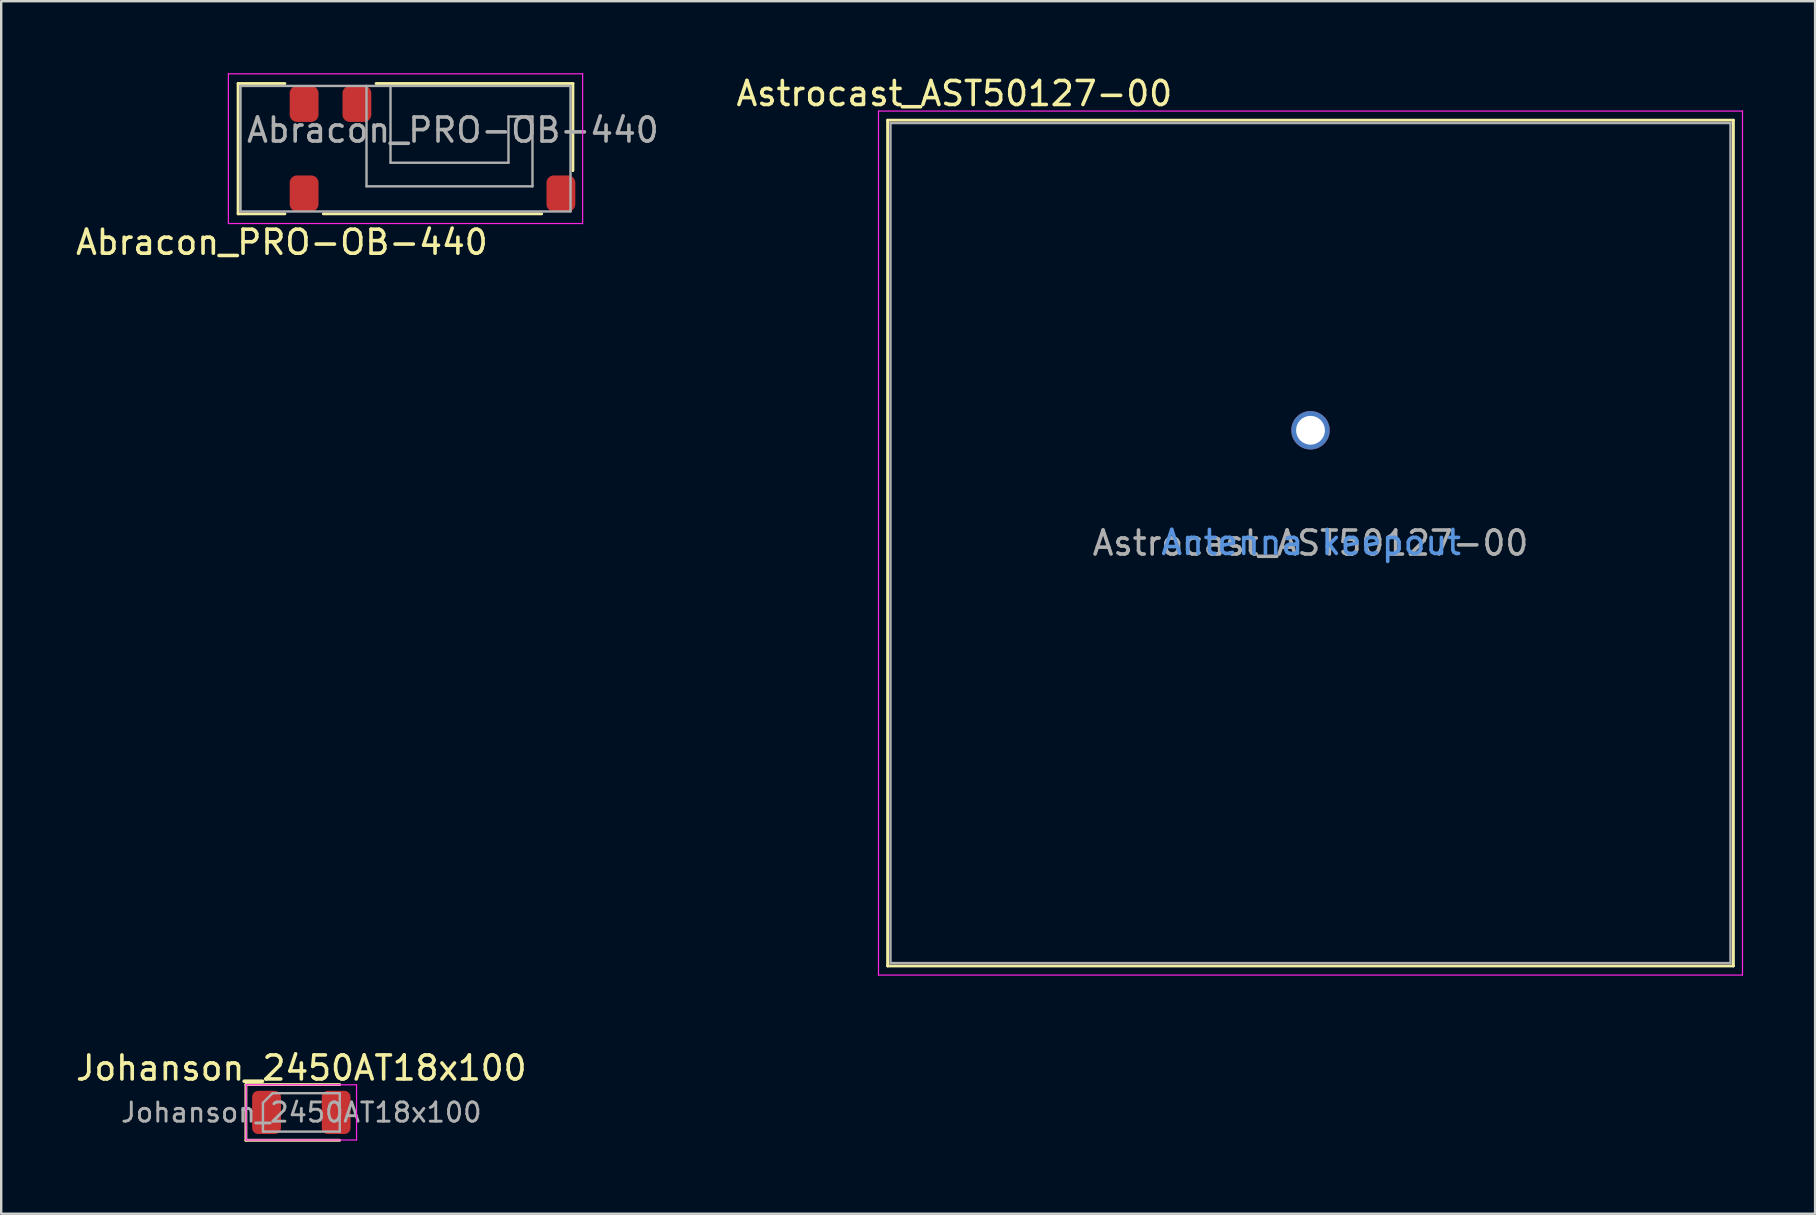
<source format=kicad_pcb>
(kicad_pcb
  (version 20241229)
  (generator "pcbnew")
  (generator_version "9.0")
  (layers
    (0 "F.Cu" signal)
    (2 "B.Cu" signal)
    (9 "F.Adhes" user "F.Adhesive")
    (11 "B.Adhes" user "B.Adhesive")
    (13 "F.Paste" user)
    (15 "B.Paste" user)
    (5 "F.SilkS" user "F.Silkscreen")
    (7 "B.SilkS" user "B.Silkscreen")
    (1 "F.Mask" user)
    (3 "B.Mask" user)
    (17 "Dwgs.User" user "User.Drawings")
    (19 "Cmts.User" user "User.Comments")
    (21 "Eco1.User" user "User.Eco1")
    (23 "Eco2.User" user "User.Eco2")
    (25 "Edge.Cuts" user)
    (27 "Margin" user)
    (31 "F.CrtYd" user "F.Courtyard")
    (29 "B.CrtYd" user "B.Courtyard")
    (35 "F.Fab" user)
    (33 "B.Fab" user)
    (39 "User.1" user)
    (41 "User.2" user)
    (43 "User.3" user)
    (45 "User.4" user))
  (footprint "Johanson_2450AT18x100"
    (layer "F.Cu")
    (at 9.506 43.301)
    (property "Reference" "Johanson_2450AT18x100" (at 0 -1.85 0) (layer "F.SilkS") (effects (font (size 1 1) (thickness 0.15))))
    (attr smd)
    (fp_line (start -2.31 -1.16) (end -2.31 1.16) (stroke (width 0.12) (type solid)) (layer "F.SilkS"))
    (fp_line (start -2.31 1.16) (end 1.6 1.16) (stroke (width 0.12) (type solid)) (layer "F.SilkS"))
    (fp_line (start 1.6 -1.16) (end -2.31 -1.16) (stroke (width 0.12) (type solid)) (layer "F.SilkS"))
    (fp_line (start -2.3 -1.15) (end 2.3 -1.15) (stroke (width 0.05) (type solid)) (layer "F.CrtYd"))
    (fp_line (start -2.3 1.15) (end -2.3 -1.15) (stroke (width 0.05) (type solid)) (layer "F.CrtYd"))
    (fp_line (start 2.3 -1.15) (end 2.3 1.15) (stroke (width 0.05) (type solid)) (layer "F.CrtYd"))
    (fp_line (start 2.3 1.15) (end -2.3 1.15) (stroke (width 0.05) (type solid)) (layer "F.CrtYd"))
    (fp_line (start -1.6 -0.4) (end -1.6 0.8) (stroke (width 0.1) (type solid)) (layer "F.Fab"))
    (fp_line (start -1.6 0.8) (end 1.6 0.8) (stroke (width 0.1) (type solid)) (layer "F.Fab"))
    (fp_line (start -1.2 -0.8) (end -1.6 -0.4) (stroke (width 0.1) (type solid)) (layer "F.Fab"))
    (fp_line (start 1.6 -0.8) (end -1.2 -0.8) (stroke (width 0.1) (type solid)) (layer "F.Fab"))
    (fp_line (start 1.6 0.8) (end 1.6 -0.8) (stroke (width 0.1) (type solid)) (layer "F.Fab"))
    (fp_text user "${REFERENCE}" (at 0 0 0) (layer "F.Fab") (effects (font (size 0.8 0.8) (thickness 0.12))))
    (pad "1" smd roundrect (at -1.45 0) (size 1.2 1.8) (layers "F.Cu" "F.Mask" "F.Paste") (roundrect_rratio 0.208))
    (pad "2" smd roundrect (at 1.45 0) (size 1.2 1.8) (layers "F.Cu" "F.Mask" "F.Paste") (roundrect_rratio 0.208)))
  (footprint "Astrocast_AST50127-00"
    (layer "F.Cu")
    (at 51.554 14.878)
    (property "Reference" "Astrocast_AST50127-00" (at -14.84 -14.03 0) (unlocked yes) (layer "F.SilkS") (effects (font (size 1 1) (thickness 0.15))))
    (attr through_hole)
    (fp_poly (pts (xy 17.49 -0.05) (xy 17.5 22.19) (xy -17.5 22.2) (xy -17.49 -0.01) (xy -1.46 0.01) (xy -1.43 0.23) (xy -1.39 0.41) (xy -1.31 0.6) (xy -1.2 0.8) (xy -1.03 1.03) (xy -0.78 1.22) (xy -0.48 1.37) (xy -0.17 1.44) (xy 0.23 1.44) (xy 0.66 1.3) (xy 1.02 1.03) (xy 1.19 0.82) (xy 1.33 0.58) (xy 1.42 0.33) (xy 1.44 0.17) (xy 1.46 -0.01) (xy 17.51 -0.01)) (stroke (width 0.2) (type solid)) (fill yes) (layer "F.Mask"))
    (fp_poly (pts (xy 17.51 -0.01) (xy 1.46 -0.01) (xy 1.44 -0.14) (xy 1.43 -0.27) (xy 1.39 -0.42) (xy 1.36 -0.52) (xy 1.28 -0.68) (xy 1.18 -0.84) (xy 1.02 -1.04) (xy 0.86 -1.18) (xy 0.59 -1.34) (xy 0.2 -1.45) (xy -0.14 -1.46) (xy -0.46 -1.38) (xy -0.66 -1.3) (xy -0.97 -1.1) (xy -1.15 -0.91) (xy -1.29 -0.7) (xy -1.39 -0.46) (xy -1.45 -0.23) (xy -1.46 -0.01) (xy -1.46 0.01) (xy -17.49 -0.01) (xy -17.51 -12.81) (xy 17.51 -12.8)) (stroke (width 0.2) (type solid)) (fill yes) (layer "F.Mask"))
    (fp_line (start -17.62 -12.92) (end 17.62 -12.92) (stroke (width 0.12) (type solid)) (layer "F.SilkS"))
    (fp_line (start -17.62 22.32) (end -17.62 -12.92) (stroke (width 0.12) (type solid)) (layer "F.SilkS"))
    (fp_line (start 17.62 -12.92) (end 17.62 22.32) (stroke (width 0.12) (type solid)) (layer "F.SilkS"))
    (fp_line (start 17.62 22.32) (end -17.62 22.32) (stroke (width 0.12) (type solid)) (layer "F.SilkS"))
    (fp_line (start -18 -13.3) (end 18 -13.3) (stroke (width 0.05) (type solid)) (layer "F.CrtYd"))
    (fp_line (start -18 22.7) (end -18 -13.3) (stroke (width 0.05) (type solid)) (layer "F.CrtYd"))
    (fp_line (start 18 -13.3) (end 18 22.7) (stroke (width 0.05) (type solid)) (layer "F.CrtYd"))
    (fp_line (start 18 22.7) (end -18 22.7) (stroke (width 0.05) (type solid)) (layer "F.CrtYd"))
    (fp_line (start -17.5 -12.8) (end 17.5 -12.8) (stroke (width 0.1) (type solid)) (layer "F.Fab"))
    (fp_line (start -17.5 22.2) (end -17.5 -12.8) (stroke (width 0.1) (type solid)) (layer "F.Fab"))
    (fp_line (start 17.5 -12.8) (end 17.5 22.2) (stroke (width 0.1) (type solid)) (layer "F.Fab"))
    (fp_line (start 17.5 22.2) (end -17.5 22.2) (stroke (width 0.1) (type solid)) (layer "F.Fab"))
    (fp_text user "Antenna keepout" (at -6.31 5.26 0) (unlocked yes) (layer "Cmts.User") (effects (font (size 1 1) (thickness 0.15)) (justify left bottom)))
    (fp_text user "${REFERENCE}" (at 0 4.7 0) (layer "F.Fab") (effects (font (size 1 1) (thickness 0.15))))
    (pad "1" thru_hole circle (at 0 0) (size 1.6 1.6) (drill 1.2) (layers "*.Cu" "*.Mask"))
    (zone (net_name "") (layer "F.Cu") (name "Antenna Keepout") (hatch full 0.5) (connect_pads) (min_thickness 0.25) (filled_areas_thickness no) (keepout (tracks not_allowed) (vias allowed) (pads not_allowed) (copperpour allowed) (footprints not_allowed)) (placement (enabled no)) (fill) (polygon (pts (xy 34.054 2.078) (xy 34.054 37.078) (xy 69.054 37.078) (xy 69.054 2.078)))))
  (footprint "Abracon_PRO-OB-440"
    (layer "F.Cu")
    (at 13.846 3.145)
    (property "Reference" "Abracon_PRO-OB-440" (at -5.15 3.9 0) (layer "F.SilkS") (effects (font (size 1 1) (thickness 0.15))))
    (attr smd)
    (fp_line (start -6.975 -2.715) (end -6.975 2.715) (stroke (width 0.12) (type solid)) (layer "F.SilkS"))
    (fp_line (start -6.975 2.715) (end -5.025 2.715) (stroke (width 0.12) (type solid)) (layer "F.SilkS"))
    (fp_line (start -5.025 -2.715) (end -6.975 -2.715) (stroke (width 0.12) (type solid)) (layer "F.SilkS"))
    (fp_line (start -3.425 2.715) (end 5.675 2.715) (stroke (width 0.12) (type solid)) (layer "F.SilkS"))
    (fp_line (start -1.225 -2.715) (end 6.975 -2.715) (stroke (width 0.12) (type solid)) (layer "F.SilkS"))
    (fp_line (start 6.975 -2.715) (end 6.975 0.915) (stroke (width 0.12) (type solid)) (layer "F.SilkS"))
    (fp_line (start -7.38 -3.12) (end 7.38 -3.12) (stroke (width 0.05) (type solid)) (layer "F.CrtYd"))
    (fp_line (start -7.38 3.12) (end -7.38 -3.12) (stroke (width 0.05) (type solid)) (layer "F.CrtYd"))
    (fp_line (start 7.38 -3.12) (end 7.38 3.12) (stroke (width 0.05) (type solid)) (layer "F.CrtYd"))
    (fp_line (start 7.38 3.12) (end -7.38 3.12) (stroke (width 0.05) (type solid)) (layer "F.CrtYd"))
    (fp_line (start -6.875 -2.615) (end 6.875 -2.615) (stroke (width 0.1) (type solid)) (layer "F.Fab"))
    (fp_line (start -6.875 2.615) (end -6.875 -2.615) (stroke (width 0.1) (type solid)) (layer "F.Fab"))
    (fp_line (start -1.625 1.569) (end -1.625 -2.615) (stroke (width 0.1) (type solid)) (layer "F.Fab"))
    (fp_line (start -0.625 -2.615) (end -0.625 0.585) (stroke (width 0.1) (type solid)) (layer "F.Fab"))
    (fp_line (start -0.625 0.585) (end 4.29 0.585) (stroke (width 0.1) (type solid)) (layer "F.Fab"))
    (fp_line (start 4.29 -1.34) (end 5.29 -1.34) (stroke (width 0.1) (type solid)) (layer "F.Fab"))
    (fp_line (start 4.29 0.585) (end 4.29 -1.34) (stroke (width 0.1) (type solid)) (layer "F.Fab"))
    (fp_line (start 5.29 -1.34) (end 5.29 1.569) (stroke (width 0.1) (type solid)) (layer "F.Fab"))
    (fp_line (start 5.29 1.569) (end -1.625 1.569) (stroke (width 0.1) (type solid)) (layer "F.Fab"))
    (fp_line (start 6.875 -2.615) (end 6.875 2.615) (stroke (width 0.1) (type solid)) (layer "F.Fab"))
    (fp_line (start 6.875 2.615) (end -6.875 2.615) (stroke (width 0.1) (type solid)) (layer "F.Fab"))
    (fp_text user "${REFERENCE}" (at 1.975 -0.775 0) (layer "F.Fab") (effects (font (size 1 1) (thickness 0.15))))
    (pad "1" smd roundrect (at -2.025 -1.865) (size 1.2 1.5) (layers "F.Cu" "F.Mask" "F.Paste") (roundrect_rratio 0.25))
    (pad "2" smd roundrect (at -4.225 -1.865) (size 1.2 1.5) (layers "F.Cu" "F.Mask" "F.Paste") (roundrect_rratio 0.25))
    (pad "3" smd roundrect (at -4.225 1.865) (size 1.2 1.5) (layers "F.Cu" "F.Mask" "F.Paste") (roundrect_rratio 0.25))
    (pad "4" smd roundrect (at 6.475 1.865) (size 1.2 1.5) (layers "F.Cu" "F.Mask" "F.Paste") (roundrect_rratio 0.25))
    (zone (net_name "") (layers "F.Cu" "Dwgs.User") (hatch edge 0.508) (connect_pads) (min_thickness 0.254) (filled_areas_thickness no) (keepout (tracks not_allowed) (vias not_allowed) (pads allowed) (copperpour not_allowed) (footprints allowed)) (placement (enabled no)) (fill) (polygon (pts (xy 10.746 6.31) (xy 8.496 6.31) (xy 8.496 3.71) (xy 10.746 3.71))))
    (zone (net_name "") (layers "F.Cu" "Dwgs.User") (hatch edge 0.508) (connect_pads) (min_thickness 0.254) (filled_areas_thickness no) (keepout (tracks allowed) (vias not_allowed) (pads allowed) (copperpour not_allowed) (footprints allowed)) (placement (enabled no)) (fill) (polygon (pts (xy 12.721 2.33) (xy 10.921 2.33) (xy 10.921 0.23) (xy 12.721 0.23))))
    (zone (net_name "") (layers "F.Cu" "Dwgs.User") (hatch edge 0.508) (connect_pads) (min_thickness 0.254) (filled_areas_thickness no) (keepout (tracks not_allowed) (vias not_allowed) (pads allowed) (copperpour not_allowed) (footprints allowed)) (placement (enabled no)) (fill) (polygon (pts (xy 21.546 6.41) (xy 19.096 6.41) (xy 19.096 3.61) (xy 21.546 3.61))))
    (zone (net_name "") (layers "F.Cu" "Dwgs.User") (hatch edge 0.508) (connect_pads) (min_thickness 0.254) (filled_areas_thickness no) (keepout (tracks not_allowed) (vias not_allowed) (pads not_allowed) (copperpour not_allowed) (footprints allowed)) (placement (enabled no)) (fill) (polygon (pts (xy 9.421 0.53) (xy 9.021 0.53) (xy 9.021 1.08) (xy 8.721 1.08) (xy 8.721 0.23) (xy 9.421 0.23))))
    (zone (net_name "") (layers "F.Cu" "Dwgs.User") (hatch edge 0.508) (connect_pads) (min_thickness 0.254) (filled_areas_thickness no) (keepout (tracks not_allowed) (vias not_allowed) (pads not_allowed) (copperpour not_allowed) (footprints allowed)) (placement (enabled no)) (fill) (polygon (pts (xy 9.421 2.03) (xy 9.021 2.03) (xy 9.021 1.48) (xy 8.721 1.48) (xy 8.721 2.33) (xy 9.421 2.33))))
    (zone (net_name "") (layers "F.Cu" "Dwgs.User") (hatch edge 0.508) (connect_pads) (min_thickness 0.254) (filled_areas_thickness no) (keepout (tracks not_allowed) (vias not_allowed) (pads not_allowed) (copperpour not_allowed) (footprints allowed)) (placement (enabled no)) (fill) (polygon (pts (xy 9.821 0.53) (xy 10.221 0.53) (xy 10.221 1.08) (xy 10.521 1.08) (xy 10.521 0.23) (xy 9.821 0.23))))
    (zone (net_name "") (layers "F.Cu" "Dwgs.User") (hatch edge 0.508) (connect_pads) (min_thickness 0.254) (filled_areas_thickness no) (keepout (tracks not_allowed) (vias not_allowed) (pads not_allowed) (copperpour not_allowed) (footprints allowed)) (placement (enabled no)) (fill) (polygon (pts (xy 9.821 2.03) (xy 10.221 2.03) (xy 10.221 1.48) (xy 10.521 1.48) (xy 10.521 2.33) (xy 9.821 2.33))))
    (zone (net_name "") (layers "B.Cu" "Dwgs.User") (hatch edge 0.508) (connect_pads) (min_thickness 0.254) (filled_areas_thickness no) (keepout (tracks not_allowed) (vias not_allowed) (pads not_allowed) (copperpour not_allowed) (footprints allowed)) (placement (enabled no)) (fill) (polygon (pts (xy 10.746 6.31) (xy 8.496 6.31) (xy 8.496 3.71) (xy 10.746 3.71))))
    (zone (net_name "") (layers "B.Cu" "Dwgs.User") (hatch edge 0.508) (connect_pads) (min_thickness 0.254) (filled_areas_thickness no) (keepout (tracks not_allowed) (vias not_allowed) (pads not_allowed) (copperpour not_allowed) (footprints allowed)) (placement (enabled no)) (fill) (polygon (pts (xy 12.721 2.33) (xy 10.921 2.33) (xy 10.921 0.23) (xy 12.721 0.23))))
    (zone (net_name "") (layers "B.Cu" "Dwgs.User") (hatch edge 0.508) (connect_pads) (min_thickness 0.254) (filled_areas_thickness no) (keepout (tracks not_allowed) (vias not_allowed) (pads not_allowed) (copperpour not_allowed) (footprints allowed)) (placement (enabled no)) (fill) (polygon (pts (xy 21.546 6.41) (xy 19.096 6.41) (xy 19.096 3.61) (xy 21.546 3.61)))))
  (gr_rect
    (start -3 -3)
    (end 72.579 47.522)
    (stroke (width 0.1) (type default))
    (fill no)
    (layer "Edge.Cuts")))
</source>
